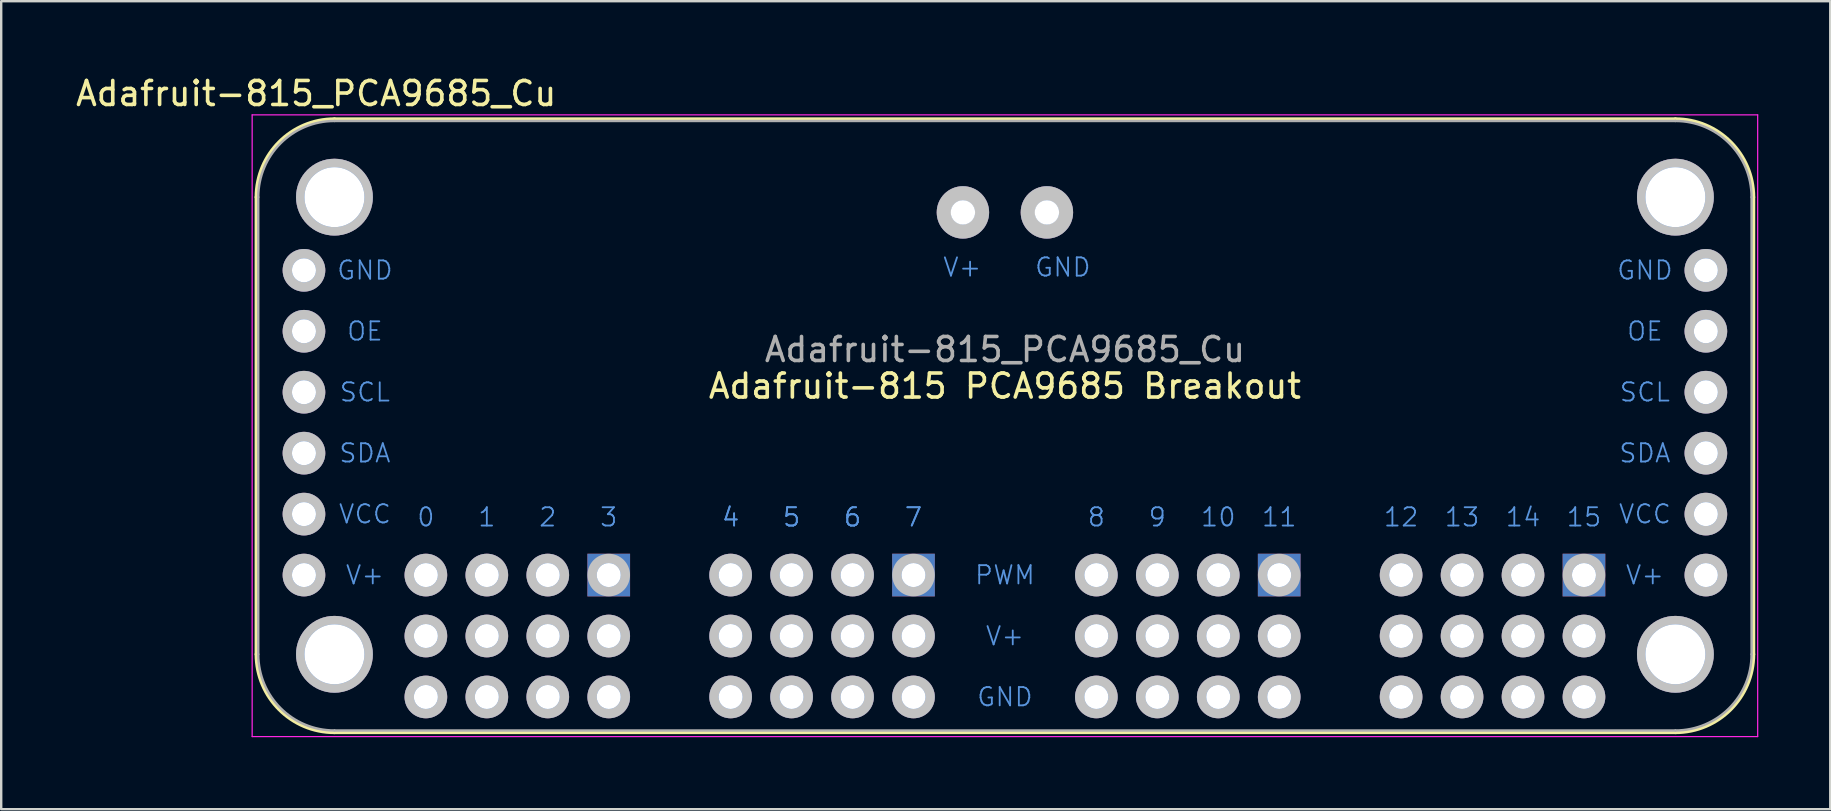
<source format=kicad_pcb>
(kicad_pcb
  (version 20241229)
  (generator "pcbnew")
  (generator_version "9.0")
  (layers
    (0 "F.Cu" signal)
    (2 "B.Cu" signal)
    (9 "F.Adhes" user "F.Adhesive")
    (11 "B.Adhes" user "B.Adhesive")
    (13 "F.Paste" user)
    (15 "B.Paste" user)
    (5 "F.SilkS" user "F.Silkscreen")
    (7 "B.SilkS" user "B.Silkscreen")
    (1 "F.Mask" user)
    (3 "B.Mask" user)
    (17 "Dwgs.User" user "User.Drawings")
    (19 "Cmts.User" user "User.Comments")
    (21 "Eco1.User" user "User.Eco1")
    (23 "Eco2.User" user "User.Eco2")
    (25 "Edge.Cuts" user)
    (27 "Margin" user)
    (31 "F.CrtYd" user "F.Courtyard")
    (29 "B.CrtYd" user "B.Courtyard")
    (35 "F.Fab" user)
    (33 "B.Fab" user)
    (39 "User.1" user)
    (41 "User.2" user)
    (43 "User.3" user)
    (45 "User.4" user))
  (footprint "Adafruit-815_PCA9685_Cu"
    (layer "F.Cu")
    (at 38.827 27.391)
    (property "Reference" "Adafruit-815_PCA9685_Cu" (at 0 -15.875 0) (layer "F.Fab") (effects (font (size 1 1) (thickness 0.15))))
    (attr through_hole)
    (fp_line (start -31.191 -22.225) (end -31.191 -3.175) (stroke (width 0.152) (type solid)) (layer "F.SilkS"))
    (fp_line (start -27.94 -25.476) (end 27.94 -25.476) (stroke (width 0.152) (type solid)) (layer "F.SilkS"))
    (fp_line (start -27.94 0.076) (end 27.94 0.076) (stroke (width 0.152) (type solid)) (layer "F.SilkS"))
    (fp_line (start 31.191 -22.225) (end 31.191 -3.175) (stroke (width 0.152) (type solid)) (layer "F.SilkS"))
    (fp_arc (start -31.1912 -22.225) (mid -30.238946 -24.523946) (end -27.94 -25.4762) (stroke (width 0.1524) (type solid)) (layer "F.SilkS"))
    (fp_arc (start -27.94 0.0762) (mid -30.238946 -0.876054) (end -31.1912 -3.175) (stroke (width 0.1524) (type solid)) (layer "F.SilkS"))
    (fp_arc (start 27.94 -25.4762) (mid 30.238946 -24.523946) (end 31.1912 -22.225) (stroke (width 0.1524) (type solid)) (layer "F.SilkS"))
    (fp_arc (start 31.1912 -3.175) (mid 30.238946 -0.876054) (end 27.94 0.0762) (stroke (width 0.1524) (type solid)) (layer "F.SilkS"))
    (fp_circle (center -29.21 -19.177) (end -29.21 -18.484) (stroke (width 0.389) (type solid)) (fill no) (layer "Dwgs.User"))
    (fp_circle (center -29.21 -16.637) (end -29.21 -15.944) (stroke (width 0.389) (type solid)) (fill no) (layer "Dwgs.User"))
    (fp_circle (center -29.21 -14.097) (end -29.21 -13.404) (stroke (width 0.389) (type solid)) (fill no) (layer "Dwgs.User"))
    (fp_circle (center -29.21 -11.557) (end -29.21 -10.864) (stroke (width 0.389) (type solid)) (fill no) (layer "Dwgs.User"))
    (fp_circle (center -29.21 -9.017) (end -29.21 -8.324) (stroke (width 0.389) (type solid)) (fill no) (layer "Dwgs.User"))
    (fp_circle (center -29.21 -6.477) (end -29.21 -5.784) (stroke (width 0.389) (type solid)) (fill no) (layer "Dwgs.User"))
    (fp_circle (center -27.94 -22.225) (end -27.94 -20.8) (stroke (width 0.351) (type solid)) (fill no) (layer "Dwgs.User"))
    (fp_circle (center -27.94 -3.175) (end -27.94 -1.75) (stroke (width 0.351) (type solid)) (fill no) (layer "Dwgs.User"))
    (fp_circle (center -24.13 -6.477) (end -24.13 -5.784) (stroke (width 0.389) (type solid)) (fill no) (layer "Dwgs.User"))
    (fp_circle (center -24.13 -3.937) (end -24.13 -3.244) (stroke (width 0.389) (type solid)) (fill no) (layer "Dwgs.User"))
    (fp_circle (center -24.13 -1.397) (end -24.13 -0.704) (stroke (width 0.389) (type solid)) (fill no) (layer "Dwgs.User"))
    (fp_circle (center -21.59 -6.477) (end -21.59 -5.784) (stroke (width 0.389) (type solid)) (fill no) (layer "Dwgs.User"))
    (fp_circle (center -21.59 -3.937) (end -21.59 -3.244) (stroke (width 0.389) (type solid)) (fill no) (layer "Dwgs.User"))
    (fp_circle (center -21.59 -1.397) (end -21.59 -0.704) (stroke (width 0.389) (type solid)) (fill no) (layer "Dwgs.User"))
    (fp_circle (center -19.05 -6.477) (end -19.05 -5.784) (stroke (width 0.389) (type solid)) (fill no) (layer "Dwgs.User"))
    (fp_circle (center -19.05 -3.937) (end -19.05 -3.244) (stroke (width 0.389) (type solid)) (fill no) (layer "Dwgs.User"))
    (fp_circle (center -19.05 -1.397) (end -19.05 -0.704) (stroke (width 0.389) (type solid)) (fill no) (layer "Dwgs.User"))
    (fp_circle (center -16.51 -6.477) (end -16.51 -5.784) (stroke (width 0.389) (type solid)) (fill no) (layer "Dwgs.User"))
    (fp_circle (center -16.51 -3.937) (end -16.51 -3.244) (stroke (width 0.389) (type solid)) (fill no) (layer "Dwgs.User"))
    (fp_circle (center -16.51 -1.397) (end -16.51 -0.704) (stroke (width 0.389) (type solid)) (fill no) (layer "Dwgs.User"))
    (fp_circle (center -11.43 -6.477) (end -11.43 -5.784) (stroke (width 0.389) (type solid)) (fill no) (layer "Dwgs.User"))
    (fp_circle (center -11.43 -3.937) (end -11.43 -3.244) (stroke (width 0.389) (type solid)) (fill no) (layer "Dwgs.User"))
    (fp_circle (center -11.43 -1.397) (end -11.43 -0.704) (stroke (width 0.389) (type solid)) (fill no) (layer "Dwgs.User"))
    (fp_circle (center -8.89 -6.477) (end -8.89 -5.784) (stroke (width 0.389) (type solid)) (fill no) (layer "Dwgs.User"))
    (fp_circle (center -8.89 -3.937) (end -8.89 -3.244) (stroke (width 0.389) (type solid)) (fill no) (layer "Dwgs.User"))
    (fp_circle (center -8.89 -1.397) (end -8.89 -0.704) (stroke (width 0.389) (type solid)) (fill no) (layer "Dwgs.User"))
    (fp_circle (center -6.35 -6.477) (end -6.35 -5.784) (stroke (width 0.389) (type solid)) (fill no) (layer "Dwgs.User"))
    (fp_circle (center -6.35 -3.937) (end -6.35 -3.244) (stroke (width 0.389) (type solid)) (fill no) (layer "Dwgs.User"))
    (fp_circle (center -6.35 -1.397) (end -6.35 -0.704) (stroke (width 0.389) (type solid)) (fill no) (layer "Dwgs.User"))
    (fp_circle (center -3.81 -6.477) (end -3.81 -5.784) (stroke (width 0.389) (type solid)) (fill no) (layer "Dwgs.User"))
    (fp_circle (center -3.81 -3.937) (end -3.81 -3.244) (stroke (width 0.389) (type solid)) (fill no) (layer "Dwgs.User"))
    (fp_circle (center -3.81 -1.397) (end -3.81 -0.704) (stroke (width 0.389) (type solid)) (fill no) (layer "Dwgs.User"))
    (fp_circle (center -1.75 -21.59) (end -1.75 -20.795) (stroke (width 0.592) (type solid)) (fill no) (layer "Dwgs.User"))
    (fp_circle (center 1.75 -21.59) (end 1.75 -20.795) (stroke (width 0.592) (type solid)) (fill no) (layer "Dwgs.User"))
    (fp_circle (center 3.81 -6.477) (end 3.81 -5.784) (stroke (width 0.389) (type solid)) (fill no) (layer "Dwgs.User"))
    (fp_circle (center 3.81 -3.937) (end 3.81 -3.244) (stroke (width 0.389) (type solid)) (fill no) (layer "Dwgs.User"))
    (fp_circle (center 3.81 -1.397) (end 3.81 -0.704) (stroke (width 0.389) (type solid)) (fill no) (layer "Dwgs.User"))
    (fp_circle (center 6.35 -6.477) (end 6.35 -5.784) (stroke (width 0.389) (type solid)) (fill no) (layer "Dwgs.User"))
    (fp_circle (center 6.35 -3.937) (end 6.35 -3.244) (stroke (width 0.389) (type solid)) (fill no) (layer "Dwgs.User"))
    (fp_circle (center 6.35 -1.397) (end 6.35 -0.704) (stroke (width 0.389) (type solid)) (fill no) (layer "Dwgs.User"))
    (fp_circle (center 8.89 -6.477) (end 8.89 -5.784) (stroke (width 0.389) (type solid)) (fill no) (layer "Dwgs.User"))
    (fp_circle (center 8.89 -3.937) (end 8.89 -3.244) (stroke (width 0.389) (type solid)) (fill no) (layer "Dwgs.User"))
    (fp_circle (center 8.89 -1.397) (end 8.89 -0.704) (stroke (width 0.389) (type solid)) (fill no) (layer "Dwgs.User"))
    (fp_circle (center 11.43 -6.477) (end 11.43 -5.784) (stroke (width 0.389) (type solid)) (fill no) (layer "Dwgs.User"))
    (fp_circle (center 11.43 -3.937) (end 11.43 -3.244) (stroke (width 0.389) (type solid)) (fill no) (layer "Dwgs.User"))
    (fp_circle (center 11.43 -1.397) (end 11.43 -0.704) (stroke (width 0.389) (type solid)) (fill no) (layer "Dwgs.User"))
    (fp_circle (center 16.51 -6.477) (end 16.51 -5.784) (stroke (width 0.389) (type solid)) (fill no) (layer "Dwgs.User"))
    (fp_circle (center 16.51 -3.937) (end 16.51 -3.244) (stroke (width 0.389) (type solid)) (fill no) (layer "Dwgs.User"))
    (fp_circle (center 16.51 -1.397) (end 16.51 -0.704) (stroke (width 0.389) (type solid)) (fill no) (layer "Dwgs.User"))
    (fp_circle (center 19.05 -6.477) (end 19.05 -5.784) (stroke (width 0.389) (type solid)) (fill no) (layer "Dwgs.User"))
    (fp_circle (center 19.05 -3.937) (end 19.05 -3.244) (stroke (width 0.389) (type solid)) (fill no) (layer "Dwgs.User"))
    (fp_circle (center 19.05 -1.397) (end 19.05 -0.704) (stroke (width 0.389) (type solid)) (fill no) (layer "Dwgs.User"))
    (fp_circle (center 21.59 -6.477) (end 21.59 -5.784) (stroke (width 0.389) (type solid)) (fill no) (layer "Dwgs.User"))
    (fp_circle (center 21.59 -3.937) (end 21.59 -3.244) (stroke (width 0.389) (type solid)) (fill no) (layer "Dwgs.User"))
    (fp_circle (center 21.59 -1.397) (end 21.59 -0.704) (stroke (width 0.389) (type solid)) (fill no) (layer "Dwgs.User"))
    (fp_circle (center 24.13 -6.477) (end 24.13 -5.784) (stroke (width 0.389) (type solid)) (fill no) (layer "Dwgs.User"))
    (fp_circle (center 24.13 -3.937) (end 24.13 -3.244) (stroke (width 0.389) (type solid)) (fill no) (layer "Dwgs.User"))
    (fp_circle (center 24.13 -1.397) (end 24.13 -0.704) (stroke (width 0.389) (type solid)) (fill no) (layer "Dwgs.User"))
    (fp_circle (center 27.94 -22.225) (end 27.94 -20.8) (stroke (width 0.351) (type solid)) (fill no) (layer "Dwgs.User"))
    (fp_circle (center 27.94 -3.175) (end 27.94 -1.75) (stroke (width 0.351) (type solid)) (fill no) (layer "Dwgs.User"))
    (fp_circle (center 29.21 -19.177) (end 29.21 -18.484) (stroke (width 0.389) (type solid)) (fill no) (layer "Dwgs.User"))
    (fp_circle (center 29.21 -16.637) (end 29.21 -15.944) (stroke (width 0.389) (type solid)) (fill no) (layer "Dwgs.User"))
    (fp_circle (center 29.21 -14.097) (end 29.21 -13.404) (stroke (width 0.389) (type solid)) (fill no) (layer "Dwgs.User"))
    (fp_circle (center 29.21 -11.557) (end 29.21 -10.864) (stroke (width 0.389) (type solid)) (fill no) (layer "Dwgs.User"))
    (fp_circle (center 29.21 -9.017) (end 29.21 -8.324) (stroke (width 0.389) (type solid)) (fill no) (layer "Dwgs.User"))
    (fp_circle (center 29.21 -6.477) (end 29.21 -5.784) (stroke (width 0.389) (type solid)) (fill no) (layer "Dwgs.User"))
    (fp_line (start -31.369 -25.654) (end 31.369 -25.654) (stroke (width 0.051) (type solid)) (layer "F.CrtYd"))
    (fp_line (start -31.369 0.254) (end -31.369 -25.654) (stroke (width 0.051) (type solid)) (layer "F.CrtYd"))
    (fp_line (start 31.369 -25.654) (end 31.369 0.254) (stroke (width 0.051) (type solid)) (layer "F.CrtYd"))
    (fp_line (start 31.369 0.254) (end -31.369 0.254) (stroke (width 0.051) (type solid)) (layer "F.CrtYd"))
    (fp_line (start -31.115 -22.225) (end -31.115 -3.175) (stroke (width 0.102) (type solid)) (layer "F.Fab"))
    (fp_line (start -27.94 -25.4) (end 27.94 -25.4) (stroke (width 0.102) (type solid)) (layer "F.Fab"))
    (fp_line (start -27.94 0) (end 27.94 0) (stroke (width 0.102) (type solid)) (layer "F.Fab"))
    (fp_line (start 31.115 -22.225) (end 31.115 -3.175) (stroke (width 0.102) (type solid)) (layer "F.Fab"))
    (fp_arc (start -31.115 -22.225) (mid -30.185064 -24.470064) (end -27.94 -25.4) (stroke (width 0.1016) (type solid)) (layer "F.Fab"))
    (fp_arc (start -27.94 0) (mid -30.185064 -0.929936) (end -31.115 -3.175) (stroke (width 0.1016) (type solid)) (layer "F.Fab"))
    (fp_arc (start 27.94 -25.4) (mid 30.185064 -24.470064) (end 31.115 -22.225) (stroke (width 0.1016) (type solid)) (layer "F.Fab"))
    (fp_arc (start 31.115 -3.175) (mid 30.185064 -0.929936) (end 27.94 0) (stroke (width 0.1016) (type solid)) (layer "F.Fab"))
    (fp_text user "${REFERENCE}" (at -28.702 -26.543 0) (layer "F.SilkS") (effects (font (size 1 1) (thickness 0.15))))
    (fp_text user "Adafruit-815 PCA9685 Breakout" (at 0 -14.351 0) (layer "F.SilkS") (effects (font (size 1 1) (thickness 0.15))))
    (fp_text user "0" (at -24.13 -8.89 0) (layer "Cmts.User") (effects (font (size 0.762 0.762) (thickness 0.076))))
    (fp_text user "V+" (at 26.67 -6.477 0) (layer "Cmts.User") (effects (font (size 0.762 0.762) (thickness 0.076))))
    (fp_text user "GND" (at 26.67 -19.177 0) (layer "Cmts.User") (effects (font (size 0.762 0.762) (thickness 0.076))))
    (fp_text user "1" (at -21.59 -8.89 0) (layer "Cmts.User") (effects (font (size 0.762 0.762) (thickness 0.076))))
    (fp_text user "SDA" (at 26.67 -11.557 0) (layer "Cmts.User") (effects (font (size 0.762 0.762) (thickness 0.076))))
    (fp_text user "GND" (at 0 -1.397 0) (layer "Cmts.User") (effects (font (size 0.762 0.762) (thickness 0.076))))
    (fp_text user "V+" (at -1.778 -19.304 0) (layer "Cmts.User") (effects (font (size 0.762 0.762) (thickness 0.076))))
    (fp_text user "8" (at 3.81 -8.89 0) (layer "Cmts.User") (effects (font (size 0.762 0.762) (thickness 0.076))))
    (fp_text user "10" (at 8.89 -8.89 0) (layer "Cmts.User") (effects (font (size 0.762 0.762) (thickness 0.076))))
    (fp_text user "VCC" (at 26.67 -9.017 0) (layer "Cmts.User") (effects (font (size 0.762 0.762) (thickness 0.076))))
    (fp_text user "6" (at -6.35 -8.89 0) (layer "Cmts.User") (effects (font (size 0.762 0.762) (thickness 0.076))))
    (fp_text user "VCC" (at -26.67 -9.017 0) (layer "Cmts.User") (effects (font (size 0.762 0.762) (thickness 0.076))))
    (fp_text user "3" (at -16.51 -8.89 0) (layer "Cmts.User") (effects (font (size 0.762 0.762) (thickness 0.076))))
    (fp_text user "GND" (at 2.413 -19.304 0) (layer "Cmts.User") (effects (font (size 0.762 0.762) (thickness 0.076))))
    (fp_text user "15" (at 24.13 -8.89 0) (layer "Cmts.User") (effects (font (size 0.762 0.762) (thickness 0.076))))
    (fp_text user "14" (at 21.59 -8.89 0) (layer "Cmts.User") (effects (font (size 0.762 0.762) (thickness 0.076))))
    (fp_text user "V+" (at -26.67 -6.477 0) (layer "Cmts.User") (effects (font (size 0.762 0.762) (thickness 0.076))))
    (fp_text user "OE" (at 26.67 -16.637 0) (layer "Cmts.User") (effects (font (size 0.762 0.762) (thickness 0.076))))
    (fp_text user "4" (at -11.43 -8.89 0) (layer "Cmts.User") (effects (font (size 0.762 0.762) (thickness 0.076))))
    (fp_text user "V+" (at 0 -3.937 0) (layer "Cmts.User") (effects (font (size 0.762 0.762) (thickness 0.076))))
    (fp_text user "11" (at 11.43 -8.89 0) (layer "Cmts.User") (effects (font (size 0.762 0.762) (thickness 0.076))))
    (fp_text user "SCL" (at 26.67 -14.097 0) (layer "Cmts.User") (effects (font (size 0.762 0.762) (thickness 0.076))))
    (fp_text user "7" (at -3.81 -8.89 0) (layer "Cmts.User") (effects (font (size 0.762 0.762) (thickness 0.076))))
    (fp_text user "9" (at 6.35 -8.89 0) (layer "Cmts.User") (effects (font (size 0.762 0.762) (thickness 0.076))))
    (fp_text user "GND" (at -26.67 -19.177 0) (layer "Cmts.User") (effects (font (size 0.762 0.762) (thickness 0.076))))
    (fp_text user "4" (at -11.43 -8.89 0) (layer "Cmts.User") (effects (font (size 0.762 0.762) (thickness 0.076))))
    (fp_text user "12" (at 16.51 -8.89 0) (layer "Cmts.User") (effects (font (size 0.762 0.762) (thickness 0.076))))
    (fp_text user "OE" (at -26.67 -16.637 0) (layer "Cmts.User") (effects (font (size 0.762 0.762) (thickness 0.076))))
    (fp_text user "2" (at -19.05 -8.89 0) (layer "Cmts.User") (effects (font (size 0.762 0.762) (thickness 0.076))))
    (fp_text user "7" (at -3.81 -8.89 0) (layer "Cmts.User") (effects (font (size 0.762 0.762) (thickness 0.076))))
    (fp_text user "5" (at -8.89 -8.89 0) (layer "Cmts.User") (effects (font (size 0.762 0.762) (thickness 0.076))))
    (fp_text user "SCL" (at -26.67 -14.097 0) (layer "Cmts.User") (effects (font (size 0.762 0.762) (thickness 0.076))))
    (fp_text user "PWM" (at 0 -6.477 0) (layer "Cmts.User") (effects (font (size 0.762 0.762) (thickness 0.076))))
    (fp_text user "5" (at -8.89 -8.89 0) (layer "Cmts.User") (effects (font (size 0.762 0.762) (thickness 0.076))))
    (fp_text user "6" (at -6.35 -8.89 0) (layer "Cmts.User") (effects (font (size 0.762 0.762) (thickness 0.076))))
    (fp_text user "SDA" (at -26.67 -11.557 0) (layer "Cmts.User") (effects (font (size 0.762 0.762) (thickness 0.076))))
    (fp_text user "13" (at 19.05 -8.89 0) (layer "Cmts.User") (effects (font (size 0.762 0.762) (thickness 0.076))))
    (fp_text user "${REFERENCE}" (at -24.003 -22.225 0) (layer "Eco1.User") (effects (font (size 0.762 0.762) (thickness 0.076))))
    (pad "1" thru_hole rect (at -3.81 -6.477) (size 1.778 1.778) (drill 1.001) (layers "*.Cu" "*.Mask"))
    (pad "2" thru_hole circle (at -3.81 -3.937) (size 1.778 1.778) (drill 1.001) (layers "*.Cu" "*.Mask"))
    (pad "3" thru_hole circle (at -3.81 -1.397) (size 1.778 1.778) (drill 1.001) (layers "*.Cu" "*.Mask"))
    (pad "4" thru_hole circle (at -6.35 -6.477) (size 1.778 1.778) (drill 1.001) (layers "*.Cu" "*.Mask"))
    (pad "5" thru_hole circle (at -6.35 -3.937) (size 1.778 1.778) (drill 1.001) (layers "*.Cu" "*.Mask"))
    (pad "6" thru_hole circle (at -6.35 -1.397) (size 1.778 1.778) (drill 1.001) (layers "*.Cu" "*.Mask"))
    (pad "7" thru_hole circle (at -8.89 -6.477) (size 1.778 1.778) (drill 1.001) (layers "*.Cu" "*.Mask"))
    (pad "8" thru_hole circle (at -8.89 -3.937) (size 1.778 1.778) (drill 1.001) (layers "*.Cu" "*.Mask"))
    (pad "9" thru_hole circle (at -8.89 -1.397) (size 1.778 1.778) (drill 1.001) (layers "*.Cu" "*.Mask"))
    (pad "10" thru_hole circle (at -11.43 -6.477) (size 1.778 1.778) (drill 1.001) (layers "*.Cu" "*.Mask"))
    (pad "11" thru_hole circle (at -11.43 -3.937) (size 1.778 1.778) (drill 1.001) (layers "*.Cu" "*.Mask"))
    (pad "12" thru_hole circle (at -11.43 -1.397) (size 1.778 1.778) (drill 1.001) (layers "*.Cu" "*.Mask"))
    (pad "13" thru_hole rect (at -16.51 -6.477) (size 1.778 1.778) (drill 1.001) (layers "*.Cu" "*.Mask"))
    (pad "14" thru_hole circle (at -16.51 -3.937) (size 1.778 1.778) (drill 1.001) (layers "*.Cu" "*.Mask"))
    (pad "15" thru_hole circle (at -16.51 -1.397) (size 1.778 1.778) (drill 1.001) (layers "*.Cu" "*.Mask"))
    (pad "16" thru_hole circle (at -19.05 -6.477) (size 1.778 1.778) (drill 1.001) (layers "*.Cu" "*.Mask"))
    (pad "17" thru_hole circle (at -19.05 -3.937) (size 1.778 1.778) (drill 1.001) (layers "*.Cu" "*.Mask"))
    (pad "18" thru_hole circle (at -19.05 -1.397) (size 1.778 1.778) (drill 1.001) (layers "*.Cu" "*.Mask"))
    (pad "19" thru_hole circle (at -21.59 -6.477) (size 1.778 1.778) (drill 1.001) (layers "*.Cu" "*.Mask"))
    (pad "20" thru_hole circle (at -21.59 -3.937) (size 1.778 1.778) (drill 1.001) (layers "*.Cu" "*.Mask"))
    (pad "21" thru_hole circle (at -21.59 -1.397) (size 1.778 1.778) (drill 1.001) (layers "*.Cu" "*.Mask"))
    (pad "22" thru_hole circle (at -24.13 -6.477) (size 1.778 1.778) (drill 1.001) (layers "*.Cu" "*.Mask"))
    (pad "23" thru_hole circle (at -24.13 -3.937) (size 1.778 1.778) (drill 1.001) (layers "*.Cu" "*.Mask"))
    (pad "24" thru_hole circle (at -24.13 -1.397) (size 1.778 1.778) (drill 1.001) (layers "*.Cu" "*.Mask"))
    (pad "25" thru_hole rect (at 24.13 -6.477) (size 1.778 1.778) (drill 1.001) (layers "*.Cu" "*.Mask"))
    (pad "26" thru_hole circle (at 24.13 -3.937) (size 1.778 1.778) (drill 1.001) (layers "*.Cu" "*.Mask"))
    (pad "27" thru_hole circle (at 24.13 -1.397) (size 1.778 1.778) (drill 1.001) (layers "*.Cu" "*.Mask"))
    (pad "28" thru_hole circle (at 21.59 -6.477) (size 1.778 1.778) (drill 1.001) (layers "*.Cu" "*.Mask"))
    (pad "29" thru_hole circle (at 21.59 -3.937) (size 1.778 1.778) (drill 1.001) (layers "*.Cu" "*.Mask"))
    (pad "30" thru_hole circle (at 21.59 -1.397) (size 1.778 1.778) (drill 1.001) (layers "*.Cu" "*.Mask"))
    (pad "31" thru_hole circle (at 19.05 -6.477) (size 1.778 1.778) (drill 1.001) (layers "*.Cu" "*.Mask"))
    (pad "32" thru_hole circle (at 19.05 -3.937) (size 1.778 1.778) (drill 1.001) (layers "*.Cu" "*.Mask"))
    (pad "33" thru_hole circle (at 19.05 -1.397) (size 1.778 1.778) (drill 1.001) (layers "*.Cu" "*.Mask"))
    (pad "34" thru_hole circle (at 16.51 -6.477) (size 1.778 1.778) (drill 1.001) (layers "*.Cu" "*.Mask"))
    (pad "35" thru_hole circle (at 16.51 -3.937) (size 1.778 1.778) (drill 1.001) (layers "*.Cu" "*.Mask"))
    (pad "36" thru_hole circle (at 16.51 -1.397) (size 1.778 1.778) (drill 1.001) (layers "*.Cu" "*.Mask"))
    (pad "37" thru_hole rect (at 11.43 -6.477) (size 1.778 1.778) (drill 1.001) (layers "*.Cu" "*.Mask"))
    (pad "38" thru_hole circle (at 11.43 -3.937) (size 1.778 1.778) (drill 1.001) (layers "*.Cu" "*.Mask"))
    (pad "39" thru_hole circle (at 11.43 -1.397) (size 1.778 1.778) (drill 1.001) (layers "*.Cu" "*.Mask"))
    (pad "40" thru_hole circle (at 8.89 -6.477) (size 1.778 1.778) (drill 1.001) (layers "*.Cu" "*.Mask"))
    (pad "41" thru_hole circle (at 8.89 -3.937) (size 1.778 1.778) (drill 1.001) (layers "*.Cu" "*.Mask"))
    (pad "42" thru_hole circle (at 8.89 -1.397) (size 1.778 1.778) (drill 1.001) (layers "*.Cu" "*.Mask"))
    (pad "43" thru_hole circle (at 6.35 -6.477) (size 1.778 1.778) (drill 1.001) (layers "*.Cu" "*.Mask"))
    (pad "44" thru_hole circle (at 6.35 -3.937) (size 1.778 1.778) (drill 1.001) (layers "*.Cu" "*.Mask"))
    (pad "45" thru_hole circle (at 6.35 -1.397) (size 1.778 1.778) (drill 1.001) (layers "*.Cu" "*.Mask"))
    (pad "46" thru_hole circle (at 3.81 -6.477) (size 1.778 1.778) (drill 1.001) (layers "*.Cu" "*.Mask"))
    (pad "47" thru_hole circle (at 3.81 -3.937) (size 1.778 1.778) (drill 1.001) (layers "*.Cu" "*.Mask"))
    (pad "48" thru_hole circle (at 3.81 -1.397) (size 1.778 1.778) (drill 1.001) (layers "*.Cu" "*.Mask"))
    (pad "49" thru_hole circle (at 1.75 -21.59) (size 2.184 2.184) (drill 1.016) (layers "*.Cu" "*.Mask"))
    (pad "50" thru_hole circle (at -1.75 -21.59) (size 2.184 2.184) (drill 1.016) (layers "*.Cu" "*.Mask"))
    (pad "51" thru_hole circle (at -29.21 -19.177) (size 1.778 1.778) (drill 1.001) (layers "*.Cu" "*.Mask"))
    (pad "52" thru_hole circle (at -29.21 -16.637) (size 1.778 1.778) (drill 1.001) (layers "*.Cu" "*.Mask"))
    (pad "53" thru_hole circle (at -29.21 -14.097) (size 1.778 1.778) (drill 1.001) (layers "*.Cu" "*.Mask"))
    (pad "54" thru_hole circle (at -29.21 -11.557) (size 1.778 1.778) (drill 1.001) (layers "*.Cu" "*.Mask"))
    (pad "55" thru_hole circle (at -29.21 -9.017) (size 1.778 1.778) (drill 1.001) (layers "*.Cu" "*.Mask"))
    (pad "56" thru_hole circle (at -29.21 -6.477) (size 1.778 1.778) (drill 1.001) (layers "*.Cu" "*.Mask"))
    (pad "57" thru_hole circle (at 29.21 -19.177) (size 1.778 1.778) (drill 1.001) (layers "*.Cu" "*.Mask"))
    (pad "58" thru_hole circle (at 29.21 -16.637) (size 1.778 1.778) (drill 1.001) (layers "*.Cu" "*.Mask"))
    (pad "59" thru_hole circle (at 29.21 -14.097) (size 1.778 1.778) (drill 1.001) (layers "*.Cu" "*.Mask"))
    (pad "60" thru_hole circle (at 29.21 -11.557) (size 1.778 1.778) (drill 1.001) (layers "*.Cu" "*.Mask"))
    (pad "61" thru_hole circle (at 29.21 -9.017) (size 1.778 1.778) (drill 1.001) (layers "*.Cu" "*.Mask"))
    (pad "62" thru_hole circle (at 29.21 -6.477) (size 1.778 1.778) (drill 1.001) (layers "*.Cu" "*.Mask"))
    (pad "H1" thru_hole circle (at -27.94 -22.225) (size 3.2 3.2) (drill 2.499) (layers "*.Cu" "*.Mask"))
    (pad "H2" thru_hole circle (at -27.94 -3.175) (size 3.2 3.2) (drill 2.499) (layers "*.Cu" "*.Mask"))
    (pad "H3" thru_hole circle (at 27.94 -3.175) (size 3.2 3.2) (drill 2.499) (layers "*.Cu" "*.Mask"))
    (pad "H4" thru_hole circle (at 27.94 -22.225) (size 3.2 3.2) (drill 2.499) (layers "*.Cu" "*.Mask")))
  (gr_rect
    (start -3 -3)
    (end 73.221 30.671)
    (stroke (width 0.1) (type default))
    (fill no)
    (layer "Edge.Cuts")))
</source>
